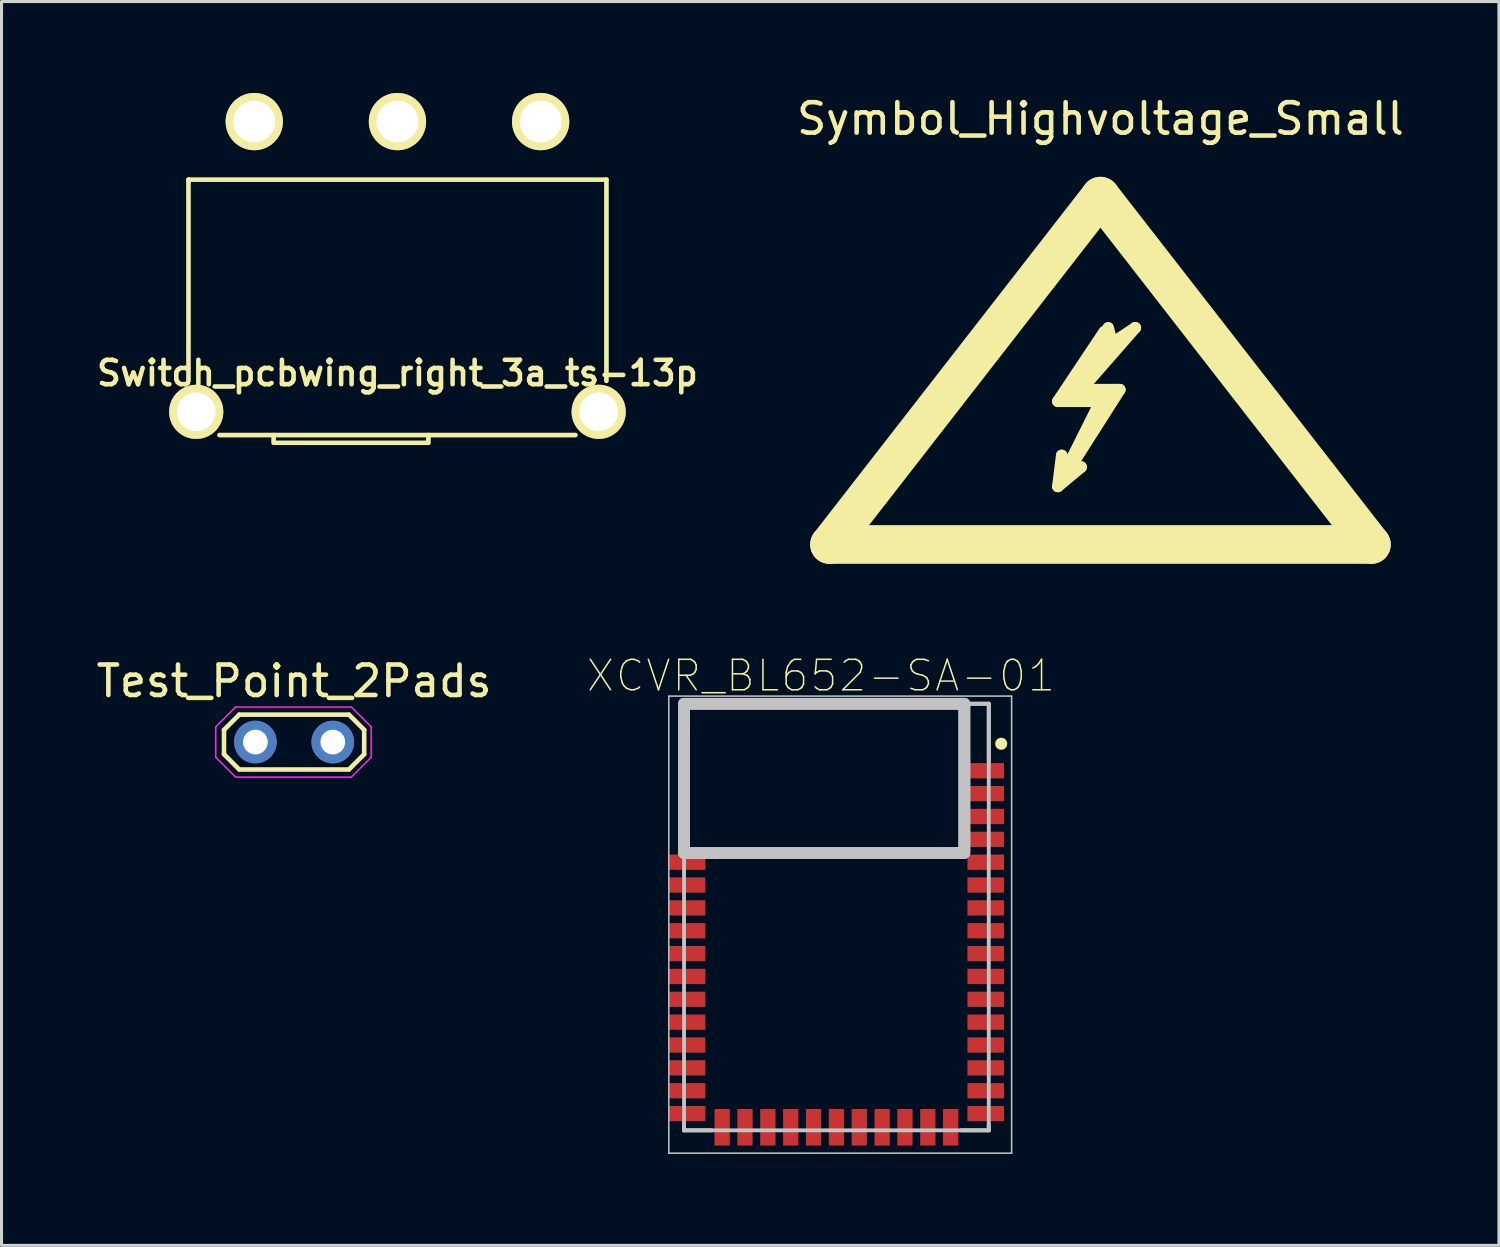
<source format=kicad_pcb>
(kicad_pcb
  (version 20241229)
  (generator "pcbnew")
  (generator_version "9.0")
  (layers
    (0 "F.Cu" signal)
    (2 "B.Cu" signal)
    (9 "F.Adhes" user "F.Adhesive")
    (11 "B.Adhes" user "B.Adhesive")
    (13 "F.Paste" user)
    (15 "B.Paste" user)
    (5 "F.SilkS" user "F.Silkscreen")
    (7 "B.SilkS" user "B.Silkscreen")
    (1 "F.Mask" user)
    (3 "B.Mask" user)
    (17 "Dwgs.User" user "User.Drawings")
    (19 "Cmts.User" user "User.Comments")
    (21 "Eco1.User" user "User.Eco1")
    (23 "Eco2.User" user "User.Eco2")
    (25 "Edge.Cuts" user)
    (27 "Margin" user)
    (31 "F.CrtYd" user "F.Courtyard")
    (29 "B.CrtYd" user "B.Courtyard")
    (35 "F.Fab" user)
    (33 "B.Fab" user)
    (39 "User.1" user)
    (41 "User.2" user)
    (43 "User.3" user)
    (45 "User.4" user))
  (footprint "Switch_pcbwing_right_3a_ts-13p"
    (layer "F.Cu")
    (at 9.993 10.465)
    (property "Reference" "Switch_pcbwing_right_3a_ts-13p" (at 0 -1.27 0) (layer "F.SilkS") (effects (font (size 0.8 0.8) (thickness 0.15))))
    (attr through_hole)
    (fp_line (start -6.858 -7.62) (end -6.858 -1.016) (stroke (width 0.152) (type solid)) (layer "F.SilkS"))
    (fp_line (start -5.842 0.762) (end 5.842 0.762) (stroke (width 0.152) (type solid)) (layer "F.SilkS"))
    (fp_line (start -4.064 1.016) (end -4.064 0.762) (stroke (width 0.152) (type solid)) (layer "F.SilkS"))
    (fp_line (start -4 1.016) (end 1 1.016) (stroke (width 0.15) (type solid)) (layer "F.SilkS"))
    (fp_line (start 1.016 1.016) (end 1.016 0.762) (stroke (width 0.152) (type solid)) (layer "F.SilkS"))
    (fp_line (start 6.858 -7.62) (end -6.858 -7.62) (stroke (width 0.152) (type solid)) (layer "F.SilkS"))
    (fp_line (start 6.858 -7.62) (end 6.858 -1.016) (stroke (width 0.152) (type solid)) (layer "F.SilkS"))
    (pad "1" thru_hole circle (at -4.699 -9.525) (size 1.88 1.88) (drill 1.372) (layers "*.Cu" "*.Mask" "F.SilkS"))
    (pad "2" thru_hole circle (at 0 -9.525) (size 1.88 1.88) (drill 1.372) (layers "*.Cu" "*.Mask" "F.SilkS"))
    (pad "3" thru_hole circle (at 4.699 -9.525) (size 1.88 1.88) (drill 1.372) (layers "*.Cu" "*.Mask" "F.SilkS"))
    (pad "4" thru_hole circle (at -6.604 0) (size 1.778 1.778) (drill 1.27) (layers "*.Cu" "*.Mask" "F.SilkS"))
    (pad "4" thru_hole circle (at 6.604 0) (size 1.778 1.778) (drill 1.27) (layers "*.Cu" "*.Mask" "F.SilkS")))
  (footprint "XCVR_BL652-SA-01"
    (layer "F.Cu")
    (at 24.398 27.044)
    (property "Reference" "XCVR_BL652-SA-01" (at -0.506 -7.918 0) (layer "F.SilkS") (effects (font (size 1 1) (thickness 0.05))))
    (attr smd)
    (fp_line (start -5 -2.1) (end -5 -7) (stroke (width 0.127) (type solid)) (layer "F.SilkS"))
    (fp_line (start -5 6.8) (end -5 7) (stroke (width 0.127) (type solid)) (layer "F.SilkS"))
    (fp_line (start -5 7) (end -4.1 7) (stroke (width 0.127) (type solid)) (layer "F.SilkS"))
    (fp_line (start 5 -7) (end -5 -7) (stroke (width 0.127) (type solid)) (layer "F.SilkS"))
    (fp_line (start 5 -5.1) (end 5 -7) (stroke (width 0.127) (type solid)) (layer "F.SilkS"))
    (fp_line (start 5 6.8) (end 5 7) (stroke (width 0.127) (type solid)) (layer "F.SilkS"))
    (fp_line (start 5 7) (end 4.1 7) (stroke (width 0.127) (type solid)) (layer "F.SilkS"))
    (fp_circle (center 5.409 -5.686) (end 5.509 -5.686) (stroke (width 0.2) (type solid)) (fill no) (layer "F.SilkS"))
    (fp_line (start -5.5 -7.25) (end 5.75 -7.25) (stroke (width 0.05) (type solid)) (layer "Dwgs.User"))
    (fp_line (start -5.5 7.75) (end -5.5 -7.25) (stroke (width 0.05) (type solid)) (layer "Dwgs.User"))
    (fp_line (start -5 -7) (end -5 7) (stroke (width 0.127) (type solid)) (layer "Dwgs.User"))
    (fp_line (start -5 -7) (end 5 -7) (stroke (width 0.127) (type solid)) (layer "Dwgs.User"))
    (fp_line (start 5 -7) (end 5 7) (stroke (width 0.127) (type solid)) (layer "Dwgs.User"))
    (fp_line (start 5 7) (end -5 7) (stroke (width 0.127) (type solid)) (layer "Dwgs.User"))
    (fp_line (start 5.75 -7.25) (end 5.75 7.75) (stroke (width 0.05) (type solid)) (layer "Dwgs.User"))
    (fp_line (start 5.75 7.75) (end -5.5 7.75) (stroke (width 0.05) (type solid)) (layer "Dwgs.User"))
    (fp_poly (pts (xy -5 -7) (xy 4.2 -7) (xy 4.2 -2.1) (xy -5 -2.1)) (stroke (width 0.381) (type solid)) (fill no) (layer "Dwgs.User"))
    (fp_poly (pts (xy -5 -7) (xy 4.2 -7) (xy 4.2 -2.1) (xy -5 -2.1)) (stroke (width 0.381) (type solid)) (fill no) (layer "Dwgs.User"))
    (fp_poly (pts (xy -5 -7) (xy 4.2 -7) (xy 4.2 -2.1) (xy -5 -2.1)) (stroke (width 0.381) (type solid)) (fill no) (layer "Dwgs.User"))
    (pad "1" smd rect (at 4.9 -4.8) (size 1.2 0.5) (layers "F.Cu" "F.Mask" "F.Paste"))
    (pad "2" smd rect (at 4.9 -4.05) (size 1.2 0.5) (layers "F.Cu" "F.Mask" "F.Paste"))
    (pad "3" smd rect (at 4.9 -3.3) (size 1.2 0.5) (layers "F.Cu" "F.Mask" "F.Paste"))
    (pad "4" smd rect (at 4.9 -2.55) (size 1.2 0.5) (layers "F.Cu" "F.Mask" "F.Paste"))
    (pad "5" smd rect (at 4.9 -1.8) (size 1.2 0.5) (layers "F.Cu" "F.Mask" "F.Paste"))
    (pad "6" smd rect (at 4.9 -1.05) (size 1.2 0.5) (layers "F.Cu" "F.Mask" "F.Paste"))
    (pad "7" smd rect (at 4.9 -0.3) (size 1.2 0.5) (layers "F.Cu" "F.Mask" "F.Paste"))
    (pad "8" smd rect (at 4.9 0.45) (size 1.2 0.5) (layers "F.Cu" "F.Mask" "F.Paste"))
    (pad "9" smd rect (at 4.9 1.2) (size 1.2 0.5) (layers "F.Cu" "F.Mask" "F.Paste"))
    (pad "10" smd rect (at 4.9 1.95) (size 1.2 0.5) (layers "F.Cu" "F.Mask" "F.Paste"))
    (pad "11" smd rect (at 4.9 2.7) (size 1.2 0.5) (layers "F.Cu" "F.Mask" "F.Paste"))
    (pad "12" smd rect (at 4.9 3.45) (size 1.2 0.5) (layers "F.Cu" "F.Mask" "F.Paste"))
    (pad "13" smd rect (at 4.9 4.2) (size 1.2 0.5) (layers "F.Cu" "F.Mask" "F.Paste"))
    (pad "14" smd rect (at 4.9 4.95) (size 1.2 0.5) (layers "F.Cu" "F.Mask" "F.Paste"))
    (pad "15" smd rect (at 4.9 5.7) (size 1.2 0.5) (layers "F.Cu" "F.Mask" "F.Paste"))
    (pad "16" smd rect (at 4.9 6.45) (size 1.2 0.5) (layers "F.Cu" "F.Mask" "F.Paste"))
    (pad "17" smd rect (at 3.75 6.9 90) (size 1.2 0.5) (layers "F.Cu" "F.Mask" "F.Paste"))
    (pad "18" smd rect (at 3 6.9 90) (size 1.2 0.5) (layers "F.Cu" "F.Mask" "F.Paste"))
    (pad "19" smd rect (at 2.25 6.9 90) (size 1.2 0.5) (layers "F.Cu" "F.Mask" "F.Paste"))
    (pad "20" smd rect (at 1.5 6.9 90) (size 1.2 0.5) (layers "F.Cu" "F.Mask" "F.Paste"))
    (pad "21" smd rect (at 0.75 6.9 90) (size 1.2 0.5) (layers "F.Cu" "F.Mask" "F.Paste"))
    (pad "22" smd rect (at 0 6.9 90) (size 1.2 0.5) (layers "F.Cu" "F.Mask" "F.Paste"))
    (pad "23" smd rect (at -0.75 6.9 90) (size 1.2 0.5) (layers "F.Cu" "F.Mask" "F.Paste"))
    (pad "24" smd rect (at -1.5 6.9 90) (size 1.2 0.5) (layers "F.Cu" "F.Mask" "F.Paste"))
    (pad "25" smd rect (at -2.25 6.9 90) (size 1.2 0.5) (layers "F.Cu" "F.Mask" "F.Paste"))
    (pad "26" smd rect (at -3 6.9 90) (size 1.2 0.5) (layers "F.Cu" "F.Mask" "F.Paste"))
    (pad "27" smd rect (at -3.75 6.9 90) (size 1.2 0.5) (layers "F.Cu" "F.Mask" "F.Paste"))
    (pad "28" smd rect (at -4.9 6.45) (size 1.2 0.5) (layers "F.Cu" "F.Mask" "F.Paste"))
    (pad "29" smd rect (at -4.9 5.7) (size 1.2 0.5) (layers "F.Cu" "F.Mask" "F.Paste"))
    (pad "30" smd rect (at -4.9 4.95) (size 1.2 0.5) (layers "F.Cu" "F.Mask" "F.Paste"))
    (pad "31" smd rect (at -4.9 4.2) (size 1.2 0.5) (layers "F.Cu" "F.Mask" "F.Paste"))
    (pad "32" smd rect (at -4.9 3.45) (size 1.2 0.5) (layers "F.Cu" "F.Mask" "F.Paste"))
    (pad "33" smd rect (at -4.9 2.7) (size 1.2 0.5) (layers "F.Cu" "F.Mask" "F.Paste"))
    (pad "34" smd rect (at -4.9 1.95) (size 1.2 0.5) (layers "F.Cu" "F.Mask" "F.Paste"))
    (pad "35" smd rect (at -4.9 1.2) (size 1.2 0.5) (layers "F.Cu" "F.Mask" "F.Paste"))
    (pad "36" smd rect (at -4.9 0.45) (size 1.2 0.5) (layers "F.Cu" "F.Mask" "F.Paste"))
    (pad "37" smd rect (at -4.9 -0.3) (size 1.2 0.5) (layers "F.Cu" "F.Mask" "F.Paste"))
    (pad "38" smd rect (at -4.9 -1.05) (size 1.2 0.5) (layers "F.Cu" "F.Mask" "F.Paste"))
    (pad "39" smd rect (at -4.9 -1.8) (size 1.2 0.5) (layers "F.Cu" "F.Mask" "F.Paste")))
  (footprint "Test_Point_2Pads"
    (layer "F.Cu")
    (at 5.331 21.302)
    (property "Reference" "Test_Point_2Pads" (at 1.27 -2 0) (layer "F.SilkS") (effects (font (size 1 1) (thickness 0.15))))
    (attr exclude_from_pos_files exclude_from_bom)
    (fp_line (start -1.03 -0.4) (end -0.53 -0.9) (stroke (width 0.15) (type solid)) (layer "F.SilkS"))
    (fp_line (start -1.03 0.4) (end -1.03 -0.4) (stroke (width 0.15) (type solid)) (layer "F.SilkS"))
    (fp_line (start -0.53 -0.9) (end 3.07 -0.9) (stroke (width 0.15) (type solid)) (layer "F.SilkS"))
    (fp_line (start -0.53 0.9) (end -1.03 0.4) (stroke (width 0.15) (type solid)) (layer "F.SilkS"))
    (fp_line (start 3.07 -0.9) (end 3.57 -0.4) (stroke (width 0.15) (type solid)) (layer "F.SilkS"))
    (fp_line (start 3.07 0.9) (end -0.53 0.9) (stroke (width 0.15) (type solid)) (layer "F.SilkS"))
    (fp_line (start 3.57 -0.4) (end 3.57 0.4) (stroke (width 0.15) (type solid)) (layer "F.SilkS"))
    (fp_line (start 3.57 0.4) (end 3.07 0.9) (stroke (width 0.15) (type solid)) (layer "F.SilkS"))
    (fp_line (start -1.3 -0.5) (end -1.3 0.5) (stroke (width 0.05) (type solid)) (layer "F.CrtYd"))
    (fp_line (start -1.3 0.5) (end -0.65 1.15) (stroke (width 0.05) (type solid)) (layer "F.CrtYd"))
    (fp_line (start -0.65 -1.15) (end -1.3 -0.5) (stroke (width 0.05) (type solid)) (layer "F.CrtYd"))
    (fp_line (start -0.65 1.15) (end 3.15 1.15) (stroke (width 0.05) (type solid)) (layer "F.CrtYd"))
    (fp_line (start 3.15 -1.15) (end -0.65 -1.15) (stroke (width 0.05) (type solid)) (layer "F.CrtYd"))
    (fp_line (start 3.15 1.15) (end 3.8 0.5) (stroke (width 0.05) (type solid)) (layer "F.CrtYd"))
    (fp_line (start 3.8 -0.5) (end 3.15 -1.15) (stroke (width 0.05) (type solid)) (layer "F.CrtYd"))
    (fp_line (start 3.8 0.5) (end 3.8 -0.5) (stroke (width 0.05) (type solid)) (layer "F.CrtYd"))
    (pad "1" thru_hole circle (at 0 0) (size 1.4 1.4) (drill 0.813) (layers "*.Cu" "*.Mask"))
    (pad "2" thru_hole circle (at 2.54 0) (size 1.4 1.4) (drill 0.813) (layers "*.Cu" "*.Mask")))
  (footprint "Symbol_Highvoltage_Small"
    (layer "F.Cu")
    (at 33.063 11.008)
    (property "Reference" "Symbol_Highvoltage_Small" (at 0 -10.16 0) (layer "F.SilkS") (effects (font (size 1 1) (thickness 0.15))))
    (attr through_hole)
    (fp_line (start -8.89 3.81) (end 0 -7.62) (stroke (width 1.27) (type solid)) (layer "F.SilkS"))
    (fp_line (start -1.397 -0.889) (end 0 -0.889) (stroke (width 0.381) (type solid)) (layer "F.SilkS"))
    (fp_line (start -1.397 1.905) (end -0.635 1.27) (stroke (width 0.381) (type solid)) (layer "F.SilkS"))
    (fp_line (start -1.27 0.889) (end -1.397 1.905) (stroke (width 0.381) (type solid)) (layer "F.SilkS"))
    (fp_line (start -1.143 1.397) (end -1.27 0.889) (stroke (width 0.381) (type solid)) (layer "F.SilkS"))
    (fp_line (start -1.143 1.524) (end 0.635 -1.27) (stroke (width 0.381) (type solid)) (layer "F.SilkS"))
    (fp_line (start -1.016 -1.016) (end 0.254 -1.016) (stroke (width 0.381) (type solid)) (layer "F.SilkS"))
    (fp_line (start -0.635 -1.27) (end 1.143 -3.302) (stroke (width 0.381) (type solid)) (layer "F.SilkS"))
    (fp_line (start -0.635 1.27) (end -1.143 1.524) (stroke (width 0.381) (type solid)) (layer "F.SilkS"))
    (fp_line (start 0 -7.62) (end 8.89 3.81) (stroke (width 1.27) (type solid)) (layer "F.SilkS"))
    (fp_line (start 0 -0.889) (end -1.143 1.397) (stroke (width 0.381) (type solid)) (layer "F.SilkS"))
    (fp_line (start 0.127 -3.175) (end -1.397 -0.889) (stroke (width 0.381) (type solid)) (layer "F.SilkS"))
    (fp_line (start 0.381 -2.921) (end -1.016 -1.016) (stroke (width 0.381) (type solid)) (layer "F.SilkS"))
    (fp_line (start 0.381 -2.794) (end 0.254 -3.302) (stroke (width 0.381) (type solid)) (layer "F.SilkS"))
    (fp_line (start 0.635 -1.27) (end -0.635 -1.27) (stroke (width 0.381) (type solid)) (layer "F.SilkS"))
    (fp_line (start 1.143 -3.302) (end 0.381 -2.794) (stroke (width 0.381) (type solid)) (layer "F.SilkS"))
    (fp_line (start 8.89 3.81) (end -8.89 3.81) (stroke (width 1.27) (type solid)) (layer "F.SilkS")))
  (gr_rect
    (start -3 -3)
    (end 46.14 37.819)
    (stroke (width 0.1) (type default))
    (fill no)
    (layer "Edge.Cuts")))
</source>
